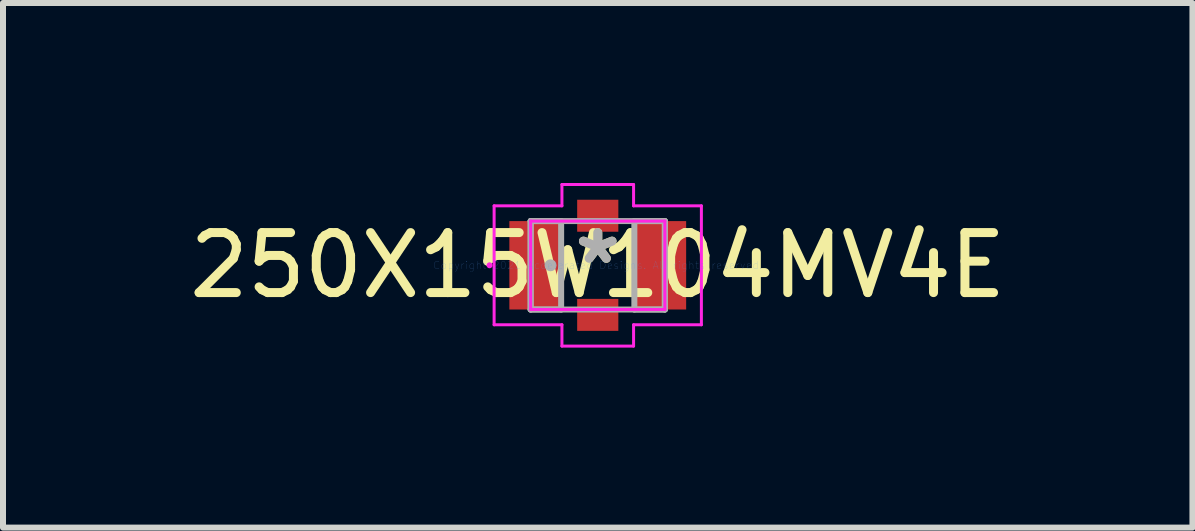
<source format=kicad_pcb>
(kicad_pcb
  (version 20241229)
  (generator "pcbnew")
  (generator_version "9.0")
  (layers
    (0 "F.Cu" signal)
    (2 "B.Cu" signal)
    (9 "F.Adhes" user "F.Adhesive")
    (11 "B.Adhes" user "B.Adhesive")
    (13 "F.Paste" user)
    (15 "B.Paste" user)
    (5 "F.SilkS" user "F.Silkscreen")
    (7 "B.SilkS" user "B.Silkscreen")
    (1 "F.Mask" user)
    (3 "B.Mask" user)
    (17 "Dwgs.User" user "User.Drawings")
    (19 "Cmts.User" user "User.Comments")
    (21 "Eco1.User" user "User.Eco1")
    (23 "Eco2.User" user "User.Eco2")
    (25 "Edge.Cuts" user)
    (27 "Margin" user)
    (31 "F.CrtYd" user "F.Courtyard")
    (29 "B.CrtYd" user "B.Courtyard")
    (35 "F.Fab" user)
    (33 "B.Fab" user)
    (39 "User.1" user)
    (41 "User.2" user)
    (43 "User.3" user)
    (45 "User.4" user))
  (footprint "250X15W104MV4E"
    (layer "F.Cu")
    (at 6.911 1.371)
    (property "Reference" "250X15W104MV4E" (at 0 0 0) (layer "F.SilkS") (effects (font (size 1 1) (thickness 0.15))))
    (attr through_hole)
    (fp_line (start -1.727 -0.991) (end -0.597 -0.991) (stroke (width 0.05) (type solid)) (layer "F.CrtYd"))
    (fp_line (start -1.727 0.991) (end -1.727 -0.991) (stroke (width 0.05) (type solid)) (layer "F.CrtYd"))
    (fp_line (start -1.118 -0.737) (end 1.118 -0.737) (stroke (width 0.05) (type solid)) (layer "F.CrtYd"))
    (fp_line (start -1.118 0.737) (end -1.118 -0.737) (stroke (width 0.05) (type solid)) (layer "F.CrtYd"))
    (fp_line (start -0.597 -1.346) (end 0.597 -1.346) (stroke (width 0.05) (type solid)) (layer "F.CrtYd"))
    (fp_line (start -0.597 -0.991) (end -0.597 -1.346) (stroke (width 0.05) (type solid)) (layer "F.CrtYd"))
    (fp_line (start -0.597 0.991) (end -1.727 0.991) (stroke (width 0.05) (type solid)) (layer "F.CrtYd"))
    (fp_line (start -0.597 1.346) (end -0.597 0.991) (stroke (width 0.05) (type solid)) (layer "F.CrtYd"))
    (fp_line (start 0.597 -1.346) (end 0.597 -0.991) (stroke (width 0.05) (type solid)) (layer "F.CrtYd"))
    (fp_line (start 0.597 -0.991) (end 1.727 -0.991) (stroke (width 0.05) (type solid)) (layer "F.CrtYd"))
    (fp_line (start 0.597 0.991) (end 0.597 1.346) (stroke (width 0.05) (type solid)) (layer "F.CrtYd"))
    (fp_line (start 0.597 1.346) (end -0.597 1.346) (stroke (width 0.05) (type solid)) (layer "F.CrtYd"))
    (fp_line (start 1.118 -0.737) (end 1.118 0.737) (stroke (width 0.05) (type solid)) (layer "F.CrtYd"))
    (fp_line (start 1.118 0.737) (end -1.118 0.737) (stroke (width 0.05) (type solid)) (layer "F.CrtYd"))
    (fp_line (start 1.727 -0.991) (end 1.727 0.991) (stroke (width 0.05) (type solid)) (layer "F.CrtYd"))
    (fp_line (start 1.727 0.991) (end 0.597 0.991) (stroke (width 0.05) (type solid)) (layer "F.CrtYd"))
    (fp_circle (center -1.803 0) (end -1.803 0) (stroke (width 0.05) (type solid)) (fill no) (layer "F.CrtYd"))
    (fp_line (start -1.118 -0.737) (end -1.118 0.737) (stroke (width 0.1) (type solid)) (layer "F.Fab"))
    (fp_line (start -1.118 -0.737) (end -1.118 0.737) (stroke (width 0.1) (type solid)) (layer "F.Fab"))
    (fp_line (start -1.118 0.737) (end -0.61 0.737) (stroke (width 0.1) (type solid)) (layer "F.Fab"))
    (fp_line (start -1.118 0.737) (end 1.118 0.737) (stroke (width 0.1) (type solid)) (layer "F.Fab"))
    (fp_line (start -0.61 -0.737) (end -1.118 -0.737) (stroke (width 0.1) (type solid)) (layer "F.Fab"))
    (fp_line (start -0.61 0.737) (end -0.61 -0.737) (stroke (width 0.1) (type solid)) (layer "F.Fab"))
    (fp_line (start 0.61 -0.737) (end 0.61 0.737) (stroke (width 0.1) (type solid)) (layer "F.Fab"))
    (fp_line (start 0.61 0.737) (end 1.118 0.737) (stroke (width 0.1) (type solid)) (layer "F.Fab"))
    (fp_line (start 1.118 -0.737) (end -1.118 -0.737) (stroke (width 0.1) (type solid)) (layer "F.Fab"))
    (fp_line (start 1.118 -0.737) (end 0.61 -0.737) (stroke (width 0.1) (type solid)) (layer "F.Fab"))
    (fp_line (start 1.118 0.737) (end 1.118 -0.737) (stroke (width 0.1) (type solid)) (layer "F.Fab"))
    (fp_line (start 1.118 0.737) (end 1.118 -0.737) (stroke (width 0.1) (type solid)) (layer "F.Fab"))
    (fp_circle (center -0.787 0) (end -0.787 0) (stroke (width 0.1) (type solid)) (fill no) (layer "F.Fab"))
    (fp_text user "*" (at 0 0 0) (layer "F.SilkS") (effects (font (size 1 1) (thickness 0.15))))
    (fp_text user "Copyright 2021 Accelerated Designs. All rights reserved." (at 0 0 0) (layer "Cmts.User") (effects (font (size 0.127 0.127) (thickness 0.002))))
    (fp_text user "*" (at 0 0 0) (layer "F.Fab") (effects (font (size 1 1) (thickness 0.15))))
    (pad "1" smd rect (at -1.041 0) (size 0.864 1.473) (layers "F.Cu" "F.Mask" "F.Paste"))
    (pad "2" smd rect (at 1.041 0) (size 0.864 1.473) (layers "F.Cu" "F.Mask" "F.Paste"))
    (pad "3" smd rect (at 0 -0.826) (size 0.686 0.533) (layers "F.Cu" "F.Mask" "F.Paste"))
    (pad "4" smd rect (at 0 0.826) (size 0.686 0.533) (layers "F.Cu" "F.Mask" "F.Paste")))
  (gr_rect
    (start -3 -3)
    (end 16.821 5.742)
    (stroke (width 0.1) (type default))
    (fill no)
    (layer "Edge.Cuts")))
</source>
